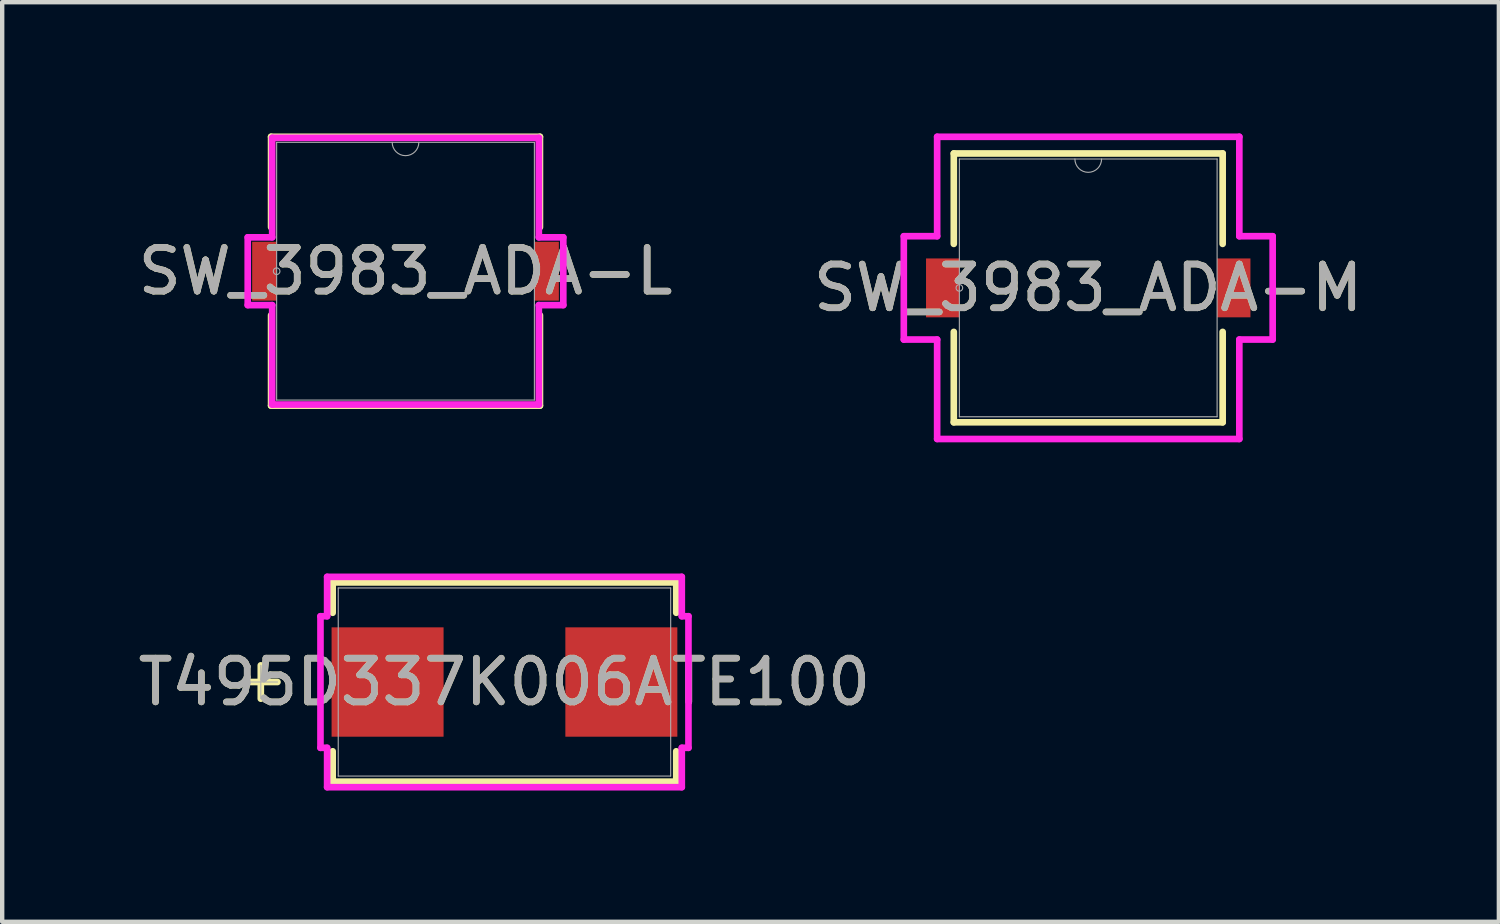
<source format=kicad_pcb>
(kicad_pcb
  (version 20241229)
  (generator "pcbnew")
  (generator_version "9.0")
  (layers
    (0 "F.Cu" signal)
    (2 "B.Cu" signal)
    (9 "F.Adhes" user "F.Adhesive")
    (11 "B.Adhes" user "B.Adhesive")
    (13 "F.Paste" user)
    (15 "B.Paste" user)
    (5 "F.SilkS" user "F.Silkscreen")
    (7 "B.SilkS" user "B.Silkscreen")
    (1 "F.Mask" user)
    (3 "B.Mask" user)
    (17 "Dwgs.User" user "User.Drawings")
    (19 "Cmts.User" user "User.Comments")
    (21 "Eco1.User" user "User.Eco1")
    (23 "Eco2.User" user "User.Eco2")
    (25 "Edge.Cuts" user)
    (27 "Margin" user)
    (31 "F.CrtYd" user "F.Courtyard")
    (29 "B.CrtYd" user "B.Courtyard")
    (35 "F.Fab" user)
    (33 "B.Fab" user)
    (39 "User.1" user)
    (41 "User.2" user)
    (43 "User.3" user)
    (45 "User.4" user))
  (footprint "T495D337K006ATE100"
    (layer "F.Cu")
    (at 8.482 12.541)
    (property "Reference" "T495D337K006ATE100" (at 0 0 0) (unlocked yes) (layer "F.SilkS") (effects (font (size 1 1) (thickness 0.15))))
    (attr smd)
    (fp_line (start -5.57 -0.381) (end -5.57 0.381) (stroke (width 0.152) (type solid)) (layer "F.SilkS"))
    (fp_line (start -5.189 0) (end -5.951 0) (stroke (width 0.152) (type solid)) (layer "F.SilkS"))
    (fp_line (start -3.927 -2.277) (end -3.927 -1.583) (stroke (width 0.152) (type solid)) (layer "F.SilkS"))
    (fp_line (start -3.927 1.583) (end -3.927 2.277) (stroke (width 0.152) (type solid)) (layer "F.SilkS"))
    (fp_line (start -3.927 2.277) (end 3.927 2.277) (stroke (width 0.152) (type solid)) (layer "F.SilkS"))
    (fp_line (start 3.927 -2.277) (end -3.927 -2.277) (stroke (width 0.152) (type solid)) (layer "F.SilkS"))
    (fp_line (start 3.927 -1.583) (end 3.927 -2.277) (stroke (width 0.152) (type solid)) (layer "F.SilkS"))
    (fp_line (start 3.927 2.277) (end 3.927 1.583) (stroke (width 0.152) (type solid)) (layer "F.SilkS"))
    (fp_line (start -4.206 -1.504) (end -4.054 -1.504) (stroke (width 0.152) (type solid)) (layer "F.CrtYd"))
    (fp_line (start -4.206 1.504) (end -4.206 -1.504) (stroke (width 0.152) (type solid)) (layer "F.CrtYd"))
    (fp_line (start -4.054 -2.404) (end 4.054 -2.404) (stroke (width 0.152) (type solid)) (layer "F.CrtYd"))
    (fp_line (start -4.054 -1.504) (end -4.054 -2.404) (stroke (width 0.152) (type solid)) (layer "F.CrtYd"))
    (fp_line (start -4.054 1.504) (end -4.206 1.504) (stroke (width 0.152) (type solid)) (layer "F.CrtYd"))
    (fp_line (start -4.054 2.404) (end -4.054 1.504) (stroke (width 0.152) (type solid)) (layer "F.CrtYd"))
    (fp_line (start 4.054 -2.404) (end 4.054 -1.504) (stroke (width 0.152) (type solid)) (layer "F.CrtYd"))
    (fp_line (start 4.054 -1.504) (end 4.206 -1.504) (stroke (width 0.152) (type solid)) (layer "F.CrtYd"))
    (fp_line (start 4.054 1.504) (end 4.054 2.404) (stroke (width 0.152) (type solid)) (layer "F.CrtYd"))
    (fp_line (start 4.054 2.404) (end -4.054 2.404) (stroke (width 0.152) (type solid)) (layer "F.CrtYd"))
    (fp_line (start 4.206 -1.504) (end 4.206 1.504) (stroke (width 0.152) (type solid)) (layer "F.CrtYd"))
    (fp_line (start 4.206 1.504) (end 4.054 1.504) (stroke (width 0.152) (type solid)) (layer "F.CrtYd"))
    (fp_line (start -5.57 -0.381) (end -5.57 0.381) (stroke (width 0.025) (type solid)) (layer "F.Fab"))
    (fp_line (start -5.189 0) (end -5.951 0) (stroke (width 0.025) (type solid)) (layer "F.Fab"))
    (fp_line (start -3.8 -2.15) (end -3.8 2.15) (stroke (width 0.025) (type solid)) (layer "F.Fab"))
    (fp_line (start -3.8 2.15) (end 3.8 2.15) (stroke (width 0.025) (type solid)) (layer "F.Fab"))
    (fp_line (start 3.8 -2.15) (end -3.8 -2.15) (stroke (width 0.025) (type solid)) (layer "F.Fab"))
    (fp_line (start 3.8 2.15) (end 3.8 -2.15) (stroke (width 0.025) (type solid)) (layer "F.Fab"))
    (fp_text user "${REFERENCE}" (at 0 0 0) (unlocked yes) (layer "F.Fab") (effects (font (size 1 1) (thickness 0.15))))
    (pad "1" smd rect (at -2.672 0 90) (size 2.5 2.56) (layers "F.Cu" "F.Mask" "F.Paste"))
    (pad "2" smd rect (at 2.672 0 90) (size 2.5 2.56) (layers "F.Cu" "F.Mask" "F.Paste"))
    (zone (net_name "") (layer "F.Cu") (hatch full 0.508) (connect_pads) (min_thickness 0.254) (filled_areas_thickness no) (keepout (tracks not_allowed) (vias not_allowed) (pads allowed) (copperpour not_allowed) (footprints allowed)) (placement (enabled no)) (fill) (polygon (pts (xy 4.733 10.442) (xy 12.231 10.442) (xy 12.231 11.241) (xy 4.733 11.241))))
    (zone (net_name "") (layer "F.Cu") (hatch full 0.508) (connect_pads) (min_thickness 0.254) (filled_areas_thickness no) (keepout (tracks not_allowed) (vias not_allowed) (pads allowed) (copperpour not_allowed) (footprints allowed)) (placement (enabled no)) (fill) (polygon (pts (xy 4.733 13.842) (xy 12.231 13.842) (xy 12.231 14.641) (xy 4.733 14.641))))
    (zone (net_name "") (layer "F.Cu") (hatch full 0.508) (connect_pads) (min_thickness 0.254) (filled_areas_thickness no) (keepout (tracks not_allowed) (vias not_allowed) (pads allowed) (copperpour not_allowed) (footprints allowed)) (placement (enabled no)) (fill) (polygon (pts (xy 6.841 11.241) (xy 10.123 11.241) (xy 10.123 13.842) (xy 6.841 13.842)))))
  (footprint "SW_3983_ADA-M"
    (layer "F.Cu")
    (at 21.827 3.531)
    (property "Reference" "SW_3983_ADA-M" (at 0 0 0) (unlocked yes) (layer "F.SilkS") (effects (font (size 1 1) (thickness 0.15))))
    (attr smd)
    (fp_line (start -3.073 -3.073) (end -3.073 -1.006) (stroke (width 0.152) (type solid)) (layer "F.SilkS"))
    (fp_line (start -3.073 1.006) (end -3.073 3.073) (stroke (width 0.152) (type solid)) (layer "F.SilkS"))
    (fp_line (start -3.073 3.073) (end 3.073 3.073) (stroke (width 0.152) (type solid)) (layer "F.SilkS"))
    (fp_line (start 3.073 -3.073) (end -3.073 -3.073) (stroke (width 0.152) (type solid)) (layer "F.SilkS"))
    (fp_line (start 3.073 -1.006) (end 3.073 -3.073) (stroke (width 0.152) (type solid)) (layer "F.SilkS"))
    (fp_line (start 3.073 3.073) (end 3.073 1.006) (stroke (width 0.152) (type solid)) (layer "F.SilkS"))
    (fp_line (start -4.216 -1.181) (end -3.454 -1.181) (stroke (width 0.152) (type solid)) (layer "F.CrtYd"))
    (fp_line (start -4.216 1.181) (end -4.216 -1.181) (stroke (width 0.152) (type solid)) (layer "F.CrtYd"))
    (fp_line (start -4.216 1.181) (end -3.454 1.181) (stroke (width 0.152) (type solid)) (layer "F.CrtYd"))
    (fp_line (start -3.454 -3.454) (end 3.454 -3.454) (stroke (width 0.152) (type solid)) (layer "F.CrtYd"))
    (fp_line (start -3.454 -1.181) (end -3.454 -3.454) (stroke (width 0.152) (type solid)) (layer "F.CrtYd"))
    (fp_line (start -3.454 3.454) (end -3.454 1.181) (stroke (width 0.152) (type solid)) (layer "F.CrtYd"))
    (fp_line (start 3.454 -3.454) (end 3.454 -1.181) (stroke (width 0.152) (type solid)) (layer "F.CrtYd"))
    (fp_line (start 3.454 1.181) (end 3.454 3.454) (stroke (width 0.152) (type solid)) (layer "F.CrtYd"))
    (fp_line (start 3.454 3.454) (end -3.454 3.454) (stroke (width 0.152) (type solid)) (layer "F.CrtYd"))
    (fp_line (start 4.216 -1.181) (end 3.454 -1.181) (stroke (width 0.152) (type solid)) (layer "F.CrtYd"))
    (fp_line (start 4.216 -1.181) (end 4.216 1.181) (stroke (width 0.152) (type solid)) (layer "F.CrtYd"))
    (fp_line (start 4.216 1.181) (end 3.454 1.181) (stroke (width 0.152) (type solid)) (layer "F.CrtYd"))
    (fp_line (start -2.946 -2.946) (end -2.946 2.946) (stroke (width 0.025) (type solid)) (layer "F.Fab"))
    (fp_line (start -2.946 2.946) (end 2.946 2.946) (stroke (width 0.025) (type solid)) (layer "F.Fab"))
    (fp_line (start 2.946 -2.946) (end -2.946 -2.946) (stroke (width 0.025) (type solid)) (layer "F.Fab"))
    (fp_line (start 2.946 2.946) (end 2.946 -2.946) (stroke (width 0.025) (type solid)) (layer "F.Fab"))
    (fp_arc (start 0.3048 -2.9464) (mid 0 -2.6416) (end -0.3048 -2.9464) (stroke (width 0.0254) (type solid)) (layer "F.Fab"))
    (fp_circle (center -2.946 0) (end -2.87 0) (stroke (width 0.025) (type solid)) (fill no) (layer "F.Fab"))
    (fp_text user "${REFERENCE}" (at 0 0 0) (unlocked yes) (layer "F.Fab") (effects (font (size 1 1) (thickness 0.15))))
    (pad "1" smd rect (at -3.327 0) (size 0.762 1.346) (layers "F.Cu" "F.Mask" "F.Paste"))
    (pad "2" smd rect (at 3.327 0) (size 0.762 1.346) (layers "F.Cu" "F.Mask" "F.Paste")))
  (footprint "SW_3983_ADA-L"
    (layer "F.Cu")
    (at 6.22 3.15)
    (property "Reference" "SW_3983_ADA-L" (at 0 0 0) (unlocked yes) (layer "F.SilkS") (effects (font (size 1 1) (thickness 0.15))))
    (attr smd)
    (fp_line (start -3.073 -3.073) (end -3.073 -1.006) (stroke (width 0.152) (type solid)) (layer "F.SilkS"))
    (fp_line (start -3.073 1.006) (end -3.073 3.073) (stroke (width 0.152) (type solid)) (layer "F.SilkS"))
    (fp_line (start -3.073 3.073) (end 3.073 3.073) (stroke (width 0.152) (type solid)) (layer "F.SilkS"))
    (fp_line (start 3.073 -3.073) (end -3.073 -3.073) (stroke (width 0.152) (type solid)) (layer "F.SilkS"))
    (fp_line (start 3.073 -1.006) (end 3.073 -3.073) (stroke (width 0.152) (type solid)) (layer "F.SilkS"))
    (fp_line (start 3.073 3.073) (end 3.073 1.006) (stroke (width 0.152) (type solid)) (layer "F.SilkS"))
    (fp_line (start -3.607 -0.775) (end -3.048 -0.775) (stroke (width 0.152) (type solid)) (layer "F.CrtYd"))
    (fp_line (start -3.607 0.775) (end -3.607 -0.775) (stroke (width 0.152) (type solid)) (layer "F.CrtYd"))
    (fp_line (start -3.607 0.775) (end -3.048 0.775) (stroke (width 0.152) (type solid)) (layer "F.CrtYd"))
    (fp_line (start -3.048 -3.048) (end 3.048 -3.048) (stroke (width 0.152) (type solid)) (layer "F.CrtYd"))
    (fp_line (start -3.048 -0.775) (end -3.048 -3.048) (stroke (width 0.152) (type solid)) (layer "F.CrtYd"))
    (fp_line (start -3.048 3.048) (end -3.048 0.775) (stroke (width 0.152) (type solid)) (layer "F.CrtYd"))
    (fp_line (start 3.048 -3.048) (end 3.048 -0.775) (stroke (width 0.152) (type solid)) (layer "F.CrtYd"))
    (fp_line (start 3.048 0.775) (end 3.048 3.048) (stroke (width 0.152) (type solid)) (layer "F.CrtYd"))
    (fp_line (start 3.048 3.048) (end -3.048 3.048) (stroke (width 0.152) (type solid)) (layer "F.CrtYd"))
    (fp_line (start 3.607 -0.775) (end 3.048 -0.775) (stroke (width 0.152) (type solid)) (layer "F.CrtYd"))
    (fp_line (start 3.607 -0.775) (end 3.607 0.775) (stroke (width 0.152) (type solid)) (layer "F.CrtYd"))
    (fp_line (start 3.607 0.775) (end 3.048 0.775) (stroke (width 0.152) (type solid)) (layer "F.CrtYd"))
    (fp_line (start -2.946 -2.946) (end -2.946 2.946) (stroke (width 0.025) (type solid)) (layer "F.Fab"))
    (fp_line (start -2.946 2.946) (end 2.946 2.946) (stroke (width 0.025) (type solid)) (layer "F.Fab"))
    (fp_line (start 2.946 -2.946) (end -2.946 -2.946) (stroke (width 0.025) (type solid)) (layer "F.Fab"))
    (fp_line (start 2.946 2.946) (end 2.946 -2.946) (stroke (width 0.025) (type solid)) (layer "F.Fab"))
    (fp_arc (start 0.3048 -2.9464) (mid 0 -2.6416) (end -0.3048 -2.9464) (stroke (width 0.0254) (type solid)) (layer "F.Fab"))
    (fp_circle (center -2.946 0) (end -2.87 0) (stroke (width 0.025) (type solid)) (fill no) (layer "F.Fab"))
    (fp_text user "${REFERENCE}" (at 0 0 0) (unlocked yes) (layer "F.Fab") (effects (font (size 1 1) (thickness 0.15))))
    (pad "1" smd rect (at -3.226 0) (size 0.559 1.346) (layers "F.Cu" "F.Mask" "F.Paste"))
    (pad "2" smd rect (at 3.226 0) (size 0.559 1.346) (layers "F.Cu" "F.Mask" "F.Paste")))
  (gr_rect
    (start -3 -3)
    (end 31.214 18.022)
    (stroke (width 0.1) (type default))
    (fill no)
    (layer "Edge.Cuts")))
</source>
